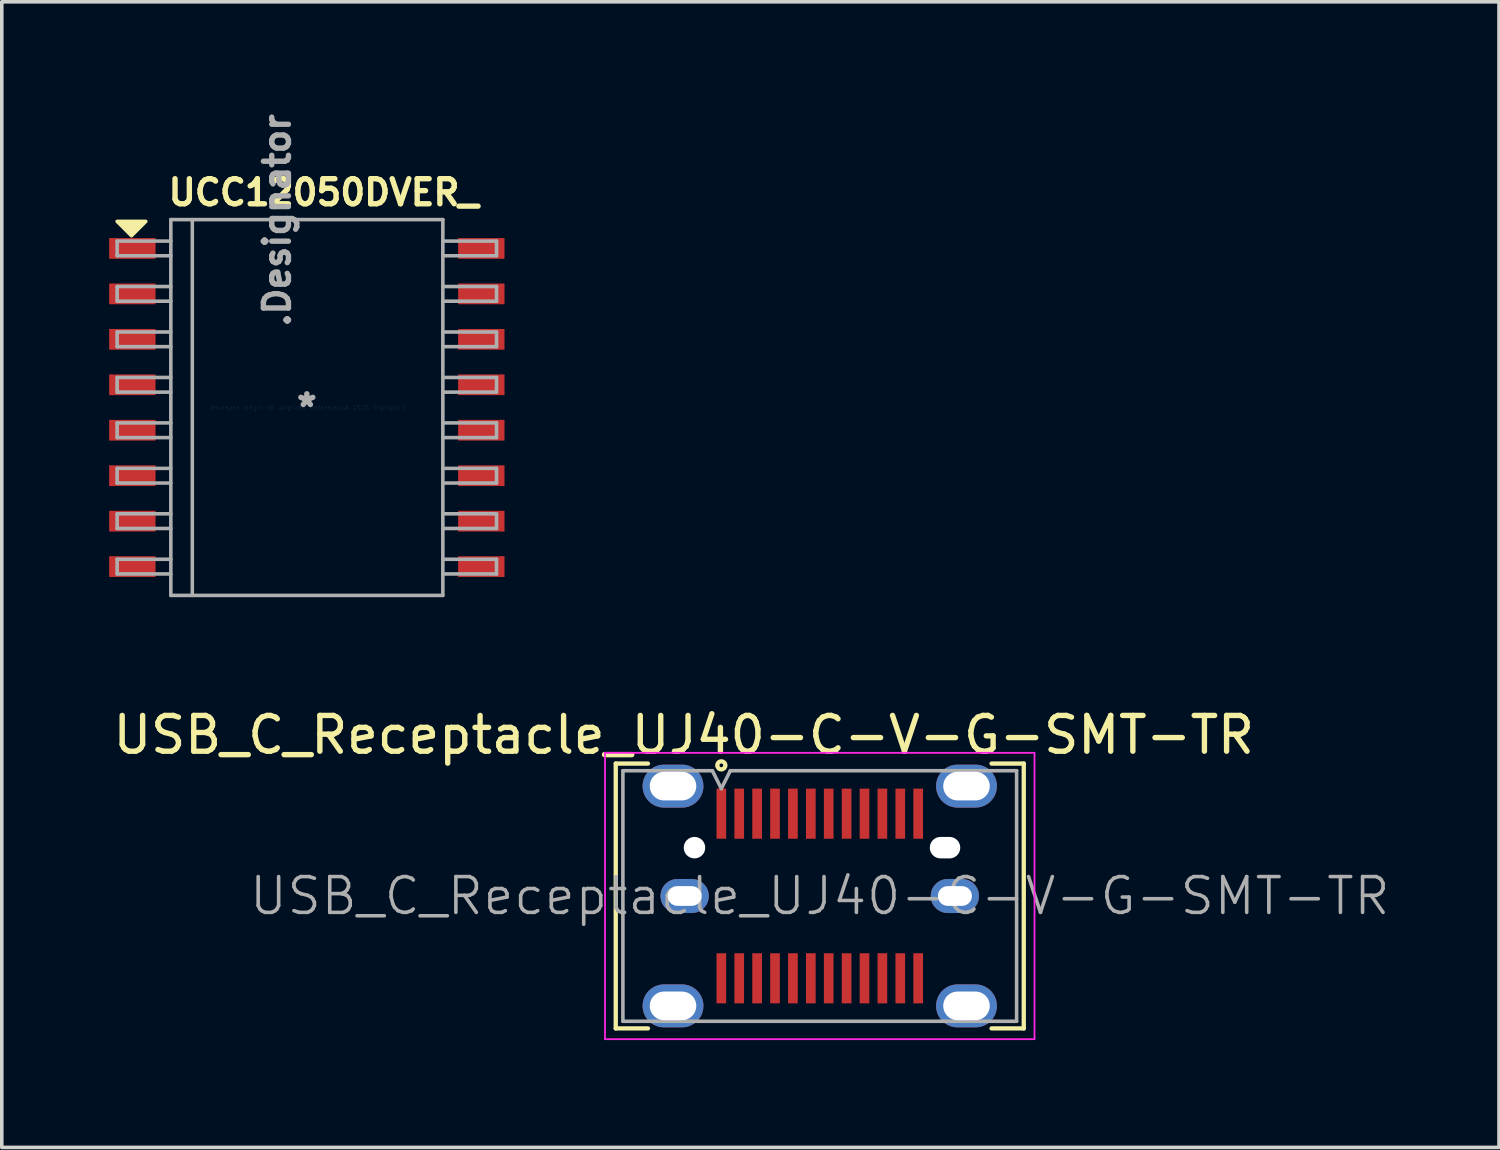
<source format=kicad_pcb>
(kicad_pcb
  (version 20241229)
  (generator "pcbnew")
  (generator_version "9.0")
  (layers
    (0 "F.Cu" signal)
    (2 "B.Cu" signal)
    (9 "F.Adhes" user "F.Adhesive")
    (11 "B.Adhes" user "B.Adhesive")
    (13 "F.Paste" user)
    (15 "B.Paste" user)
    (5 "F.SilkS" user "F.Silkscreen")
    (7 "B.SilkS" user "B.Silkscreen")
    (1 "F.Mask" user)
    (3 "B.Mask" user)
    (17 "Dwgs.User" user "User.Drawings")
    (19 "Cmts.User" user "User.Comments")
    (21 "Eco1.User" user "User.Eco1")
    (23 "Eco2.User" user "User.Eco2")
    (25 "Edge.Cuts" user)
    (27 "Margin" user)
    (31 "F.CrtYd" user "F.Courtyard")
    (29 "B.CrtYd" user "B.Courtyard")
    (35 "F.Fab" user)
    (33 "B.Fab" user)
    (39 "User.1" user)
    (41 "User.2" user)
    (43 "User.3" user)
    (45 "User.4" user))
  (footprint "USB_C_Receptacle_UJ40-C-V-G-SMT-TR"
    (layer "F.Cu")
    (at 19.854 21.984)
    (property "Reference" "USB_C_Receptacle_UJ40-C-V-G-SMT-TR" (at -3.8 -4.5 0) (layer "F.SilkS") (effects (font (size 1 1) (thickness 0.15))))
    (attr smd)
    (fp_line (start -5.7 -3.7) (end -5.7 3.7) (stroke (width 0.12) (type solid)) (layer "F.SilkS"))
    (fp_line (start -5.7 -3.7) (end -4.8 -3.7) (stroke (width 0.12) (type solid)) (layer "F.SilkS"))
    (fp_line (start -5.7 3.7) (end -4.8 3.7) (stroke (width 0.12) (type solid)) (layer "F.SilkS"))
    (fp_line (start 4.8 -3.7) (end 5.7 -3.7) (stroke (width 0.12) (type solid)) (layer "F.SilkS"))
    (fp_line (start 4.8 3.7) (end 5.7 3.7) (stroke (width 0.12) (type solid)) (layer "F.SilkS"))
    (fp_line (start 5.7 -3.7) (end 5.7 3.7) (stroke (width 0.12) (type solid)) (layer "F.SilkS"))
    (fp_circle (center -2.75 -3.65) (end -2.638 -3.65) (stroke (width 0.12) (type solid)) (fill no) (layer "F.SilkS"))
    (fp_line (start -6 -4) (end 6 -4) (stroke (width 0.05) (type solid)) (layer "F.CrtYd"))
    (fp_line (start -6 4) (end -6 -4) (stroke (width 0.05) (type solid)) (layer "F.CrtYd"))
    (fp_line (start 6 -4) (end 6 4) (stroke (width 0.05) (type solid)) (layer "F.CrtYd"))
    (fp_line (start 6 4) (end -6 4) (stroke (width 0.05) (type solid)) (layer "F.CrtYd"))
    (fp_line (start -5.5 -3.5) (end -3 -3.5) (stroke (width 0.1) (type solid)) (layer "F.Fab"))
    (fp_line (start -5.5 3.5) (end -5.5 -3.5) (stroke (width 0.1) (type solid)) (layer "F.Fab"))
    (fp_line (start -5.5 3.5) (end 5.5 3.5) (stroke (width 0.1) (type solid)) (layer "F.Fab"))
    (fp_line (start -3 -3.5) (end -2.75 -3) (stroke (width 0.1) (type solid)) (layer "F.Fab"))
    (fp_line (start -2.75 -3) (end -2.5 -3.5) (stroke (width 0.1) (type solid)) (layer "F.Fab"))
    (fp_line (start 5.5 -3.5) (end -2.5 -3.5) (stroke (width 0.1) (type solid)) (layer "F.Fab"))
    (fp_line (start 5.5 3.5) (end 5.5 -3.5) (stroke (width 0.1) (type solid)) (layer "F.Fab"))
    (fp_text user "${REFERENCE}" (at 0 0 0) (layer "F.Fab") (effects (font (size 1 1) (thickness 0.1))))
    (pad "" np_thru_hole circle (at -3.5 -1.35) (size 0.6 0.6) (drill 0.6) (layers "*.Cu" "*.Mask"))
    (pad "" np_thru_hole oval (at 3.5 -1.35) (size 0.85 0.6) (drill oval 0.85 0.6) (layers "*.Cu" "*.Mask"))
    (pad "A1" smd rect (at -2.75 -2.3) (size 0.27 1.4) (layers "F.Cu" "F.Mask" "F.Paste"))
    (pad "A2" smd rect (at -2.25 -2.3) (size 0.27 1.4) (layers "F.Cu" "F.Mask" "F.Paste"))
    (pad "A3" smd rect (at -1.75 -2.3) (size 0.27 1.4) (layers "F.Cu" "F.Mask" "F.Paste"))
    (pad "A4" smd rect (at -1.25 -2.3) (size 0.27 1.4) (layers "F.Cu" "F.Mask" "F.Paste"))
    (pad "A5" smd rect (at -0.75 -2.3) (size 0.27 1.4) (layers "F.Cu" "F.Mask" "F.Paste"))
    (pad "A6" smd rect (at -0.25 -2.3) (size 0.27 1.4) (layers "F.Cu" "F.Mask" "F.Paste"))
    (pad "A7" smd rect (at 0.25 -2.3) (size 0.27 1.4) (layers "F.Cu" "F.Mask" "F.Paste"))
    (pad "A8" smd rect (at 0.75 -2.3) (size 0.27 1.4) (layers "F.Cu" "F.Mask" "F.Paste"))
    (pad "A9" smd rect (at 1.25 -2.3) (size 0.27 1.4) (layers "F.Cu" "F.Mask" "F.Paste"))
    (pad "A10" smd rect (at 1.75 -2.3) (size 0.27 1.4) (layers "F.Cu" "F.Mask" "F.Paste"))
    (pad "A11" smd rect (at 2.25 -2.3) (size 0.27 1.4) (layers "F.Cu" "F.Mask" "F.Paste"))
    (pad "A12" smd rect (at 2.75 -2.3) (size 0.27 1.4) (layers "F.Cu" "F.Mask" "F.Paste"))
    (pad "B1" smd rect (at 2.75 2.3) (size 0.27 1.4) (layers "F.Cu" "F.Mask" "F.Paste"))
    (pad "B2" smd rect (at 2.25 2.3) (size 0.27 1.4) (layers "F.Cu" "F.Mask" "F.Paste"))
    (pad "B3" smd rect (at 1.75 2.3) (size 0.27 1.4) (layers "F.Cu" "F.Mask" "F.Paste"))
    (pad "B4" smd rect (at 1.25 2.3) (size 0.27 1.4) (layers "F.Cu" "F.Mask" "F.Paste"))
    (pad "B5" smd rect (at 0.75 2.3) (size 0.27 1.4) (layers "F.Cu" "F.Mask" "F.Paste"))
    (pad "B6" smd rect (at 0.25 2.3) (size 0.27 1.4) (layers "F.Cu" "F.Mask" "F.Paste"))
    (pad "B7" smd rect (at -0.25 2.3) (size 0.27 1.4) (layers "F.Cu" "F.Mask" "F.Paste"))
    (pad "B8" smd rect (at -0.75 2.3) (size 0.27 1.4) (layers "F.Cu" "F.Mask" "F.Paste"))
    (pad "B9" smd rect (at -1.25 2.3) (size 0.27 1.4) (layers "F.Cu" "F.Mask" "F.Paste"))
    (pad "B10" smd rect (at -1.75 2.3) (size 0.27 1.4) (layers "F.Cu" "F.Mask" "F.Paste"))
    (pad "B11" smd rect (at -2.25 2.3) (size 0.27 1.4) (layers "F.Cu" "F.Mask" "F.Paste"))
    (pad "B12" smd rect (at -2.75 2.3) (size 0.27 1.4) (layers "F.Cu" "F.Mask" "F.Paste"))
    (pad "S1" thru_hole oval (at -4.1 -3.07 90) (size 1.2 1.7) (drill oval 0.8 1.3) (layers "*.Cu" "*.Mask"))
    (pad "S1" thru_hole oval (at -3.775 0 90) (size 0.95 1.35) (drill oval 0.55 0.95) (layers "*.Cu" "*.Mask"))
    (pad "S1" thru_hole oval (at 3.775 0 90) (size 0.95 1.35) (drill oval 0.55 0.95) (layers "*.Cu" "*.Mask"))
    (pad "S2" thru_hole oval (at 4.1 -3.07 90) (size 1.2 1.7) (drill oval 0.8 1.3) (layers "*.Cu" "*.Mask"))
    (pad "S3" thru_hole oval (at -4.1 3.07 90) (size 1.2 1.7) (drill oval 0.8 1.3) (layers "*.Cu" "*.Mask"))
    (pad "S4" thru_hole oval (at 4.1 3.07 90) (size 1.2 1.7) (drill oval 0.8 1.3) (layers "*.Cu" "*.Mask")))
  (footprint "UCC12050DVER_"
    (layer "F.Cu")
    (at 5.523 8.336)
    (property "Reference" "UCC12050DVER_" (at 0.467 -6.009 0) (layer "F.SilkS") (effects (font (size 0.7 0.7) (thickness 0.15))))
    (attr through_hole)
    (fp_poly (pts (xy -4.9 -4.8) (xy -5.3 -5.2) (xy -4.5 -5.2)) (stroke (width 0.1) (type solid)) (fill yes) (layer "F.SilkS"))
    (fp_line (start -5.3 -4.65) (end -5.3 -4.24) (stroke (width 0.1) (type solid)) (layer "F.Fab"))
    (fp_line (start -5.3 -3.38) (end -5.3 -2.97) (stroke (width 0.1) (type solid)) (layer "F.Fab"))
    (fp_line (start -5.3 -2.11) (end -5.3 -1.7) (stroke (width 0.1) (type solid)) (layer "F.Fab"))
    (fp_line (start -5.3 -0.84) (end -5.3 -0.43) (stroke (width 0.1) (type solid)) (layer "F.Fab"))
    (fp_line (start -5.3 0.43) (end -5.3 0.84) (stroke (width 0.1) (type solid)) (layer "F.Fab"))
    (fp_line (start -5.3 1.7) (end -5.3 2.11) (stroke (width 0.1) (type solid)) (layer "F.Fab"))
    (fp_line (start -5.3 2.97) (end -5.3 3.38) (stroke (width 0.1) (type solid)) (layer "F.Fab"))
    (fp_line (start -5.3 4.24) (end -5.3 4.65) (stroke (width 0.1) (type solid)) (layer "F.Fab"))
    (fp_line (start -3.8 -5.25) (end -3.8 5.25) (stroke (width 0.1) (type solid)) (layer "F.Fab"))
    (fp_line (start -3.8 -4.65) (end -5.3 -4.65) (stroke (width 0.1) (type solid)) (layer "F.Fab"))
    (fp_line (start -3.8 -4.24) (end -5.3 -4.24) (stroke (width 0.1) (type solid)) (layer "F.Fab"))
    (fp_line (start -3.8 -3.38) (end -5.3 -3.38) (stroke (width 0.1) (type solid)) (layer "F.Fab"))
    (fp_line (start -3.8 -2.97) (end -5.3 -2.97) (stroke (width 0.1) (type solid)) (layer "F.Fab"))
    (fp_line (start -3.8 -2.11) (end -5.3 -2.11) (stroke (width 0.1) (type solid)) (layer "F.Fab"))
    (fp_line (start -3.8 -1.7) (end -5.3 -1.7) (stroke (width 0.1) (type solid)) (layer "F.Fab"))
    (fp_line (start -3.8 -0.84) (end -5.3 -0.84) (stroke (width 0.1) (type solid)) (layer "F.Fab"))
    (fp_line (start -3.8 -0.43) (end -5.3 -0.43) (stroke (width 0.1) (type solid)) (layer "F.Fab"))
    (fp_line (start -3.8 0.43) (end -5.3 0.43) (stroke (width 0.1) (type solid)) (layer "F.Fab"))
    (fp_line (start -3.8 0.84) (end -5.3 0.84) (stroke (width 0.1) (type solid)) (layer "F.Fab"))
    (fp_line (start -3.8 1.7) (end -5.3 1.7) (stroke (width 0.1) (type solid)) (layer "F.Fab"))
    (fp_line (start -3.8 2.11) (end -5.3 2.11) (stroke (width 0.1) (type solid)) (layer "F.Fab"))
    (fp_line (start -3.8 2.97) (end -5.3 2.97) (stroke (width 0.1) (type solid)) (layer "F.Fab"))
    (fp_line (start -3.8 3.38) (end -5.3 3.38) (stroke (width 0.1) (type solid)) (layer "F.Fab"))
    (fp_line (start -3.8 4.24) (end -5.3 4.24) (stroke (width 0.1) (type solid)) (layer "F.Fab"))
    (fp_line (start -3.8 4.65) (end -5.3 4.65) (stroke (width 0.1) (type solid)) (layer "F.Fab"))
    (fp_line (start -3.2 -5.25) (end -3.2 5.25) (stroke (width 0.1) (type solid)) (layer "F.Fab"))
    (fp_line (start 3.8 -5.25) (end -3.8 -5.25) (stroke (width 0.1) (type solid)) (layer "F.Fab"))
    (fp_line (start 3.8 -5.25) (end 3.8 5.25) (stroke (width 0.1) (type solid)) (layer "F.Fab"))
    (fp_line (start 3.8 5.25) (end -3.8 5.25) (stroke (width 0.1) (type solid)) (layer "F.Fab"))
    (fp_line (start 5.3 -4.65) (end 3.8 -4.65) (stroke (width 0.1) (type solid)) (layer "F.Fab"))
    (fp_line (start 5.3 -4.65) (end 5.3 -4.24) (stroke (width 0.1) (type solid)) (layer "F.Fab"))
    (fp_line (start 5.3 -4.24) (end 3.8 -4.24) (stroke (width 0.1) (type solid)) (layer "F.Fab"))
    (fp_line (start 5.3 -3.38) (end 3.8 -3.38) (stroke (width 0.1) (type solid)) (layer "F.Fab"))
    (fp_line (start 5.3 -3.38) (end 5.3 -2.97) (stroke (width 0.1) (type solid)) (layer "F.Fab"))
    (fp_line (start 5.3 -2.97) (end 3.8 -2.97) (stroke (width 0.1) (type solid)) (layer "F.Fab"))
    (fp_line (start 5.3 -2.11) (end 3.8 -2.11) (stroke (width 0.1) (type solid)) (layer "F.Fab"))
    (fp_line (start 5.3 -2.11) (end 5.3 -1.7) (stroke (width 0.1) (type solid)) (layer "F.Fab"))
    (fp_line (start 5.3 -1.7) (end 3.8 -1.7) (stroke (width 0.1) (type solid)) (layer "F.Fab"))
    (fp_line (start 5.3 -0.84) (end 3.8 -0.84) (stroke (width 0.1) (type solid)) (layer "F.Fab"))
    (fp_line (start 5.3 -0.84) (end 5.3 -0.43) (stroke (width 0.1) (type solid)) (layer "F.Fab"))
    (fp_line (start 5.3 -0.43) (end 3.8 -0.43) (stroke (width 0.1) (type solid)) (layer "F.Fab"))
    (fp_line (start 5.3 0.43) (end 3.8 0.43) (stroke (width 0.1) (type solid)) (layer "F.Fab"))
    (fp_line (start 5.3 0.43) (end 5.3 0.84) (stroke (width 0.1) (type solid)) (layer "F.Fab"))
    (fp_line (start 5.3 0.84) (end 3.8 0.84) (stroke (width 0.1) (type solid)) (layer "F.Fab"))
    (fp_line (start 5.3 1.7) (end 3.8 1.7) (stroke (width 0.1) (type solid)) (layer "F.Fab"))
    (fp_line (start 5.3 1.7) (end 5.3 2.11) (stroke (width 0.1) (type solid)) (layer "F.Fab"))
    (fp_line (start 5.3 2.11) (end 3.8 2.11) (stroke (width 0.1) (type solid)) (layer "F.Fab"))
    (fp_line (start 5.3 2.97) (end 3.8 2.97) (stroke (width 0.1) (type solid)) (layer "F.Fab"))
    (fp_line (start 5.3 2.97) (end 5.3 3.38) (stroke (width 0.1) (type solid)) (layer "F.Fab"))
    (fp_line (start 5.3 3.38) (end 3.8 3.38) (stroke (width 0.1) (type solid)) (layer "F.Fab"))
    (fp_line (start 5.3 4.24) (end 3.8 4.24) (stroke (width 0.1) (type solid)) (layer "F.Fab"))
    (fp_line (start 5.3 4.24) (end 5.3 4.65) (stroke (width 0.1) (type solid)) (layer "F.Fab"))
    (fp_line (start 5.3 4.65) (end 3.8 4.65) (stroke (width 0.1) (type solid)) (layer "F.Fab"))
    (fp_text user "Copyright 2021 Accelerated Designs. All rights reserved." (at 0 0 0) (layer "Cmts.User") (effects (font (size 0.127 0.127) (thickness 0.002)) (justify mirror)))
    (fp_text user ".Designator" (at -0.83 -5.231 90) (layer "F.Fab") (effects (font (size 0.7 0.7) (thickness 0.15))))
    (fp_text user "*" (at 0 0 0) (layer "F.Fab") (effects (font (size 0.7 0.7) (thickness 0.15))))
    (pad "1" smd rect (at -4.875 -4.445) (size 1.295 0.579) (layers "F.Cu" "F.Mask" "F.Paste"))
    (pad "2" smd rect (at -4.875 -3.175) (size 1.295 0.579) (layers "F.Cu" "F.Mask" "F.Paste"))
    (pad "3" smd rect (at -4.875 -1.905) (size 1.295 0.579) (layers "F.Cu" "F.Mask" "F.Paste"))
    (pad "4" smd rect (at -4.875 -0.635) (size 1.295 0.579) (layers "F.Cu" "F.Mask" "F.Paste"))
    (pad "5" smd rect (at -4.875 0.635) (size 1.295 0.579) (layers "F.Cu" "F.Mask" "F.Paste"))
    (pad "6" smd rect (at -4.875 1.905) (size 1.295 0.579) (layers "F.Cu" "F.Mask" "F.Paste"))
    (pad "7" smd rect (at -4.875 3.175) (size 1.295 0.579) (layers "F.Cu" "F.Mask" "F.Paste"))
    (pad "8" smd rect (at -4.875 4.445) (size 1.295 0.579) (layers "F.Cu" "F.Mask" "F.Paste"))
    (pad "9" smd rect (at 4.875 4.445) (size 1.295 0.579) (layers "F.Cu" "F.Mask" "F.Paste"))
    (pad "10" smd rect (at 4.875 3.175) (size 1.295 0.579) (layers "F.Cu" "F.Mask" "F.Paste"))
    (pad "11" smd rect (at 4.875 1.905) (size 1.295 0.579) (layers "F.Cu" "F.Mask" "F.Paste"))
    (pad "12" smd rect (at 4.875 0.635) (size 1.295 0.579) (layers "F.Cu" "F.Mask" "F.Paste"))
    (pad "13" smd rect (at 4.875 -0.635) (size 1.295 0.579) (layers "F.Cu" "F.Mask" "F.Paste"))
    (pad "14" smd rect (at 4.875 -1.905) (size 1.295 0.578) (layers "F.Cu" "F.Mask" "F.Paste"))
    (pad "15" smd rect (at 4.875 -3.175) (size 1.295 0.579) (layers "F.Cu" "F.Mask" "F.Paste"))
    (pad "16" smd rect (at 4.875 -4.445) (size 1.295 0.579) (layers "F.Cu" "F.Mask" "F.Paste")))
  (gr_rect
    (start -3 -3)
    (end 38.832 29.009)
    (stroke (width 0.1) (type default))
    (fill no)
    (layer "Edge.Cuts")))
</source>
